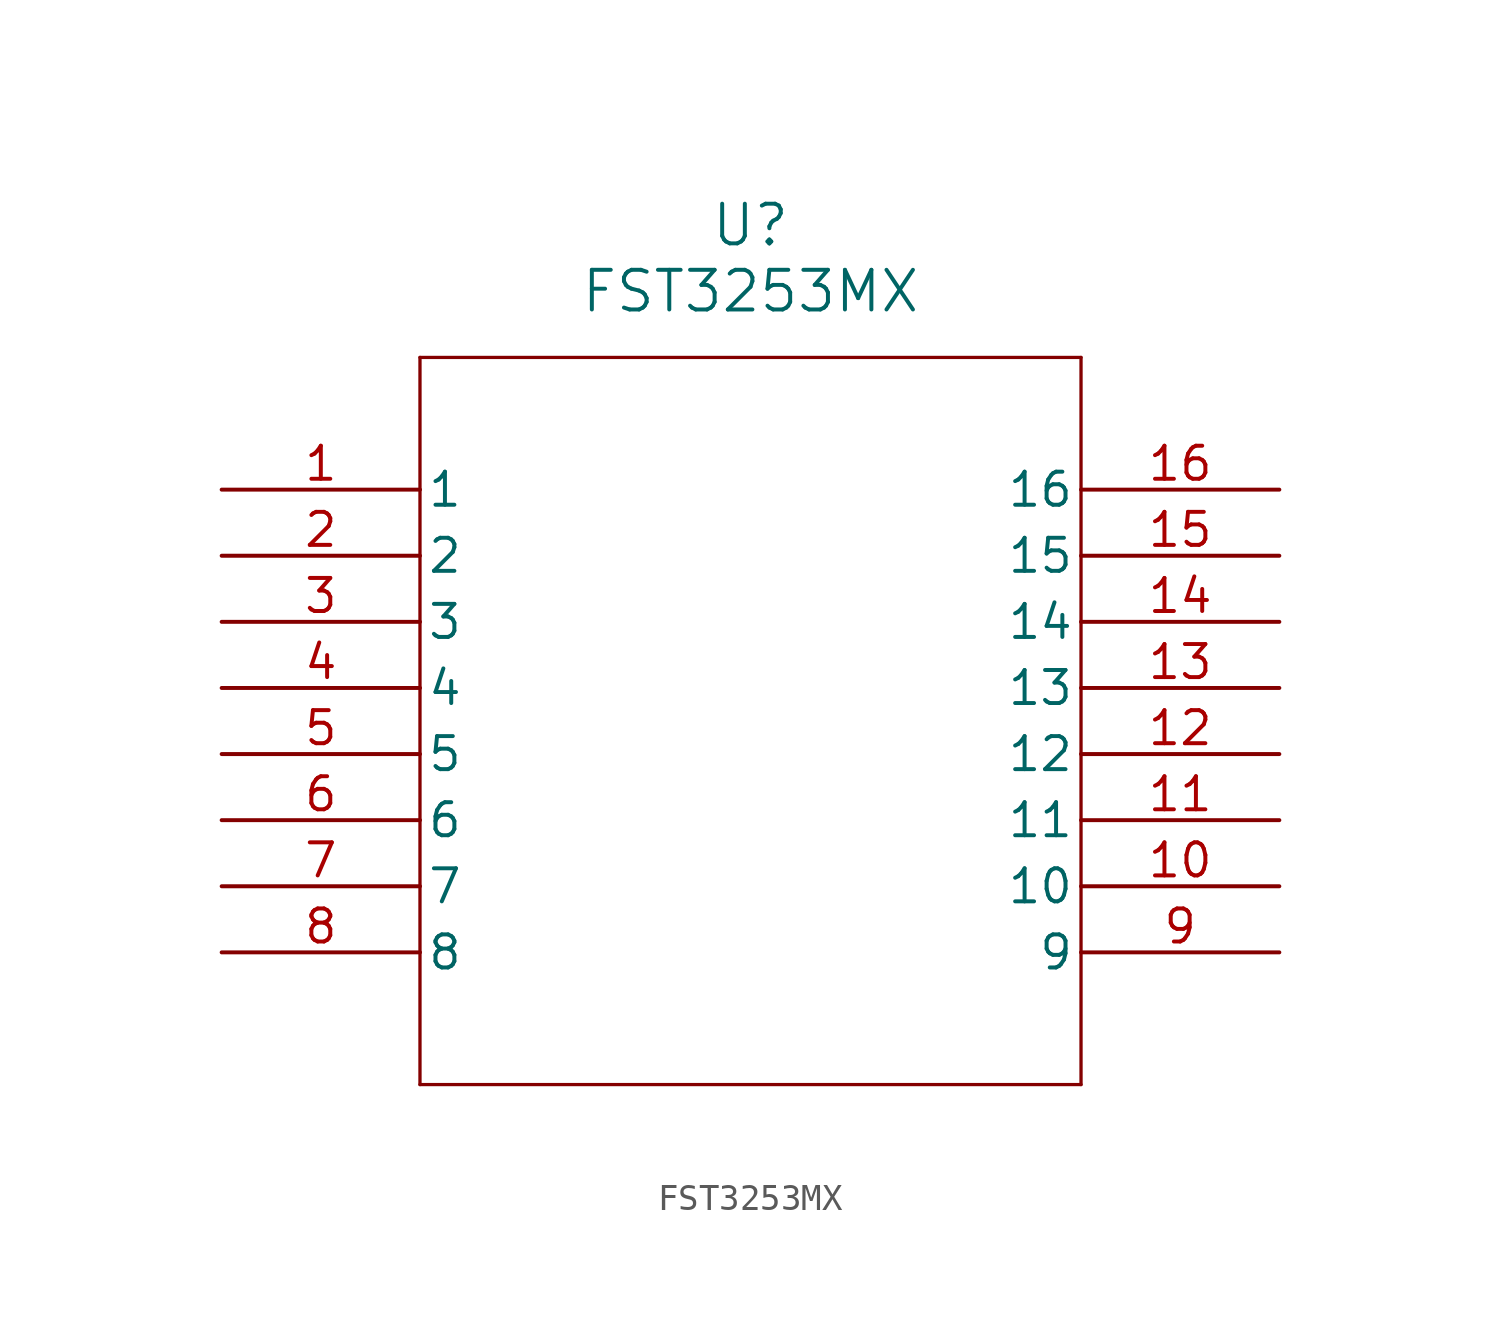
<source format=kicad_sym>
(kicad_symbol_lib
  (version 20220914)
  (generator kicad_symbol_editor)
  (symbol "FST3253MX"
    (pin_names
      (offset 0.254))
    (property "Reference" "U"
      (at 20.32 10.16 0)
      (effects (font (size 1.524 1.524))))
    (property "Value" "FST3253MX"
      (at 20.32 7.62 0)
      (effects (font (size 1.524 1.524))))
    (property "ki_locked" ""
      (at 0 0 0)
      (effects (font (size 1.27 1.27))))
    (symbol "FST3253MX_0_1"
      (polyline (pts (xy 7.62 -22.86) (xy 33.02 -22.86)) (stroke (width 0.127) (type default)) (fill (type none)))
      (polyline (pts (xy 7.62 5.08) (xy 7.62 -22.86)) (stroke (width 0.127) (type default)) (fill (type none)))
      (polyline (pts (xy 33.02 -22.86) (xy 33.02 5.08)) (stroke (width 0.127) (type default)) (fill (type none)))
      (polyline (pts (xy 33.02 5.08) (xy 7.62 5.08)) (stroke (width 0.127) (type default)) (fill (type none)))
      (pin passive line (at 0 0 0) (length 7.62) (name "1" (effects (font (size 1.27 1.27)))) (number "1" (effects (font (size 1.27 1.27)))))
      (pin bidirectional line (at 40.64 -15.24 180) (length 7.62) (name "10" (effects (font (size 1.27 1.27)))) (number "10" (effects (font (size 1.27 1.27)))))
      (pin bidirectional line (at 40.64 -12.7 180) (length 7.62) (name "11" (effects (font (size 1.27 1.27)))) (number "11" (effects (font (size 1.27 1.27)))))
      (pin bidirectional line (at 40.64 -10.16 180) (length 7.62) (name "12" (effects (font (size 1.27 1.27)))) (number "12" (effects (font (size 1.27 1.27)))))
      (pin bidirectional line (at 40.64 -7.62 180) (length 7.62) (name "13" (effects (font (size 1.27 1.27)))) (number "13" (effects (font (size 1.27 1.27)))))
      (pin bidirectional line (at 40.64 -5.08 180) (length 7.62) (name "14" (effects (font (size 1.27 1.27)))) (number "14" (effects (font (size 1.27 1.27)))))
      (pin passive line (at 40.64 -2.54 180) (length 7.62) (name "15" (effects (font (size 1.27 1.27)))) (number "15" (effects (font (size 1.27 1.27)))))
      (pin power_in line (at 40.64 0 180) (length 7.62) (name "16" (effects (font (size 1.27 1.27)))) (number "16" (effects (font (size 1.27 1.27)))))
      (pin bidirectional line (at 0 -2.54 0) (length 7.62) (name "2" (effects (font (size 1.27 1.27)))) (number "2" (effects (font (size 1.27 1.27)))))
      (pin bidirectional line (at 0 -5.08 0) (length 7.62) (name "3" (effects (font (size 1.27 1.27)))) (number "3" (effects (font (size 1.27 1.27)))))
      (pin bidirectional line (at 0 -7.62 0) (length 7.62) (name "4" (effects (font (size 1.27 1.27)))) (number "4" (effects (font (size 1.27 1.27)))))
      (pin bidirectional line (at 0 -10.16 0) (length 7.62) (name "5" (effects (font (size 1.27 1.27)))) (number "5" (effects (font (size 1.27 1.27)))))
      (pin bidirectional line (at 0 -12.7 0) (length 7.62) (name "6" (effects (font (size 1.27 1.27)))) (number "6" (effects (font (size 1.27 1.27)))))
      (pin bidirectional line (at 0 -15.24 0) (length 7.62) (name "7" (effects (font (size 1.27 1.27)))) (number "7" (effects (font (size 1.27 1.27)))))
      (pin power_out line (at 0 -17.78 0) (length 7.62) (name "8" (effects (font (size 1.27 1.27)))) (number "8" (effects (font (size 1.27 1.27)))))
      (pin bidirectional line (at 40.64 -17.78 180) (length 7.62) (name "9" (effects (font (size 1.27 1.27)))) (number "9" (effects (font (size 1.27 1.27))))))))
</source>
